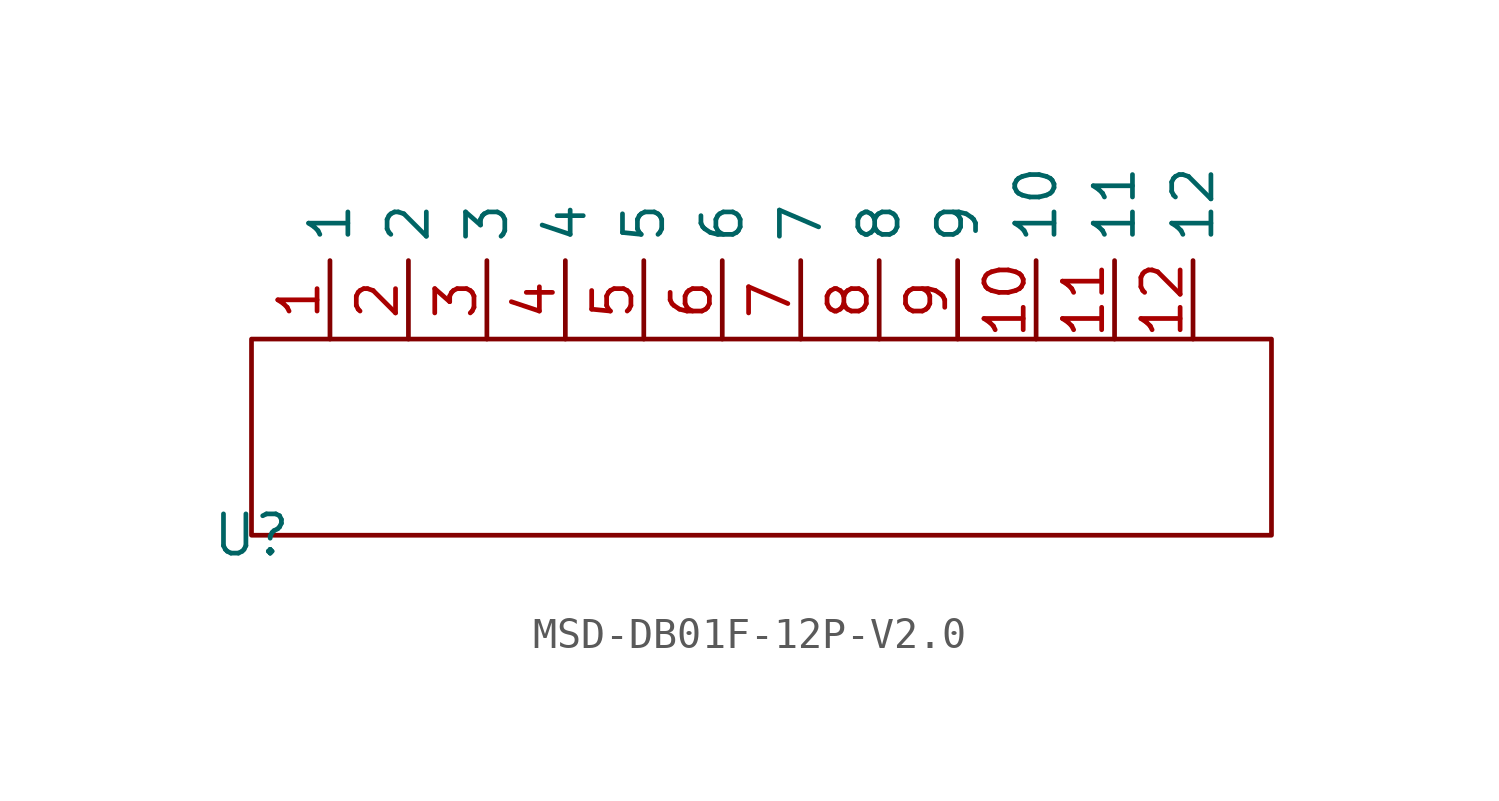
<source format=kicad_sym>
(kicad_symbol_lib
  (version 20220914)
  (generator kicad_symbol_editor)
  (symbol "MSD-DB01F-12P-V2.0"
    (property "Reference" "U"
      (at 0 0 0)
      (effects (font (size 1.27 1.27))))
    (property "Value" ""
      (at 0 0 0)
      (effects (font (size 1.27 1.27))))
    (symbol "MSD-DB01F-12P-V2.0_0_1"
      (rectangle (start 0 6.35) (end 33.02 0) (stroke (width 0) (type default)) (fill (type none))))
    (symbol "MSD-DB01F-12P-V2.0_1_1"
      (pin bidirectional line (at 2.54 6.35 90) (length 2.54) (name "1" (effects (font (size 1.27 1.27)))) (number "1" (effects (font (size 1.27 1.27)))))
      (pin bidirectional line (at 25.4 6.35 90) (length 2.54) (name "10" (effects (font (size 1.27 1.27)))) (number "10" (effects (font (size 1.27 1.27)))))
      (pin bidirectional line (at 27.94 6.35 90) (length 2.54) (name "11" (effects (font (size 1.27 1.27)))) (number "11" (effects (font (size 1.27 1.27)))))
      (pin bidirectional line (at 30.48 6.35 90) (length 2.54) (name "12" (effects (font (size 1.27 1.27)))) (number "12" (effects (font (size 1.27 1.27)))))
      (pin bidirectional line (at 5.08 6.35 90) (length 2.54) (name "2" (effects (font (size 1.27 1.27)))) (number "2" (effects (font (size 1.27 1.27)))))
      (pin bidirectional line (at 7.62 6.35 90) (length 2.54) (name "3" (effects (font (size 1.27 1.27)))) (number "3" (effects (font (size 1.27 1.27)))))
      (pin bidirectional line (at 10.16 6.35 90) (length 2.54) (name "4" (effects (font (size 1.27 1.27)))) (number "4" (effects (font (size 1.27 1.27)))))
      (pin bidirectional line (at 12.7 6.35 90) (length 2.54) (name "5" (effects (font (size 1.27 1.27)))) (number "5" (effects (font (size 1.27 1.27)))))
      (pin bidirectional line (at 15.24 6.35 90) (length 2.54) (name "6" (effects (font (size 1.27 1.27)))) (number "6" (effects (font (size 1.27 1.27)))))
      (pin bidirectional line (at 17.78 6.35 90) (length 2.54) (name "7" (effects (font (size 1.27 1.27)))) (number "7" (effects (font (size 1.27 1.27)))))
      (pin bidirectional line (at 20.32 6.35 90) (length 2.54) (name "8" (effects (font (size 1.27 1.27)))) (number "8" (effects (font (size 1.27 1.27)))))
      (pin bidirectional line (at 22.86 6.35 90) (length 2.54) (name "9" (effects (font (size 1.27 1.27)))) (number "9" (effects (font (size 1.27 1.27))))))))
</source>
